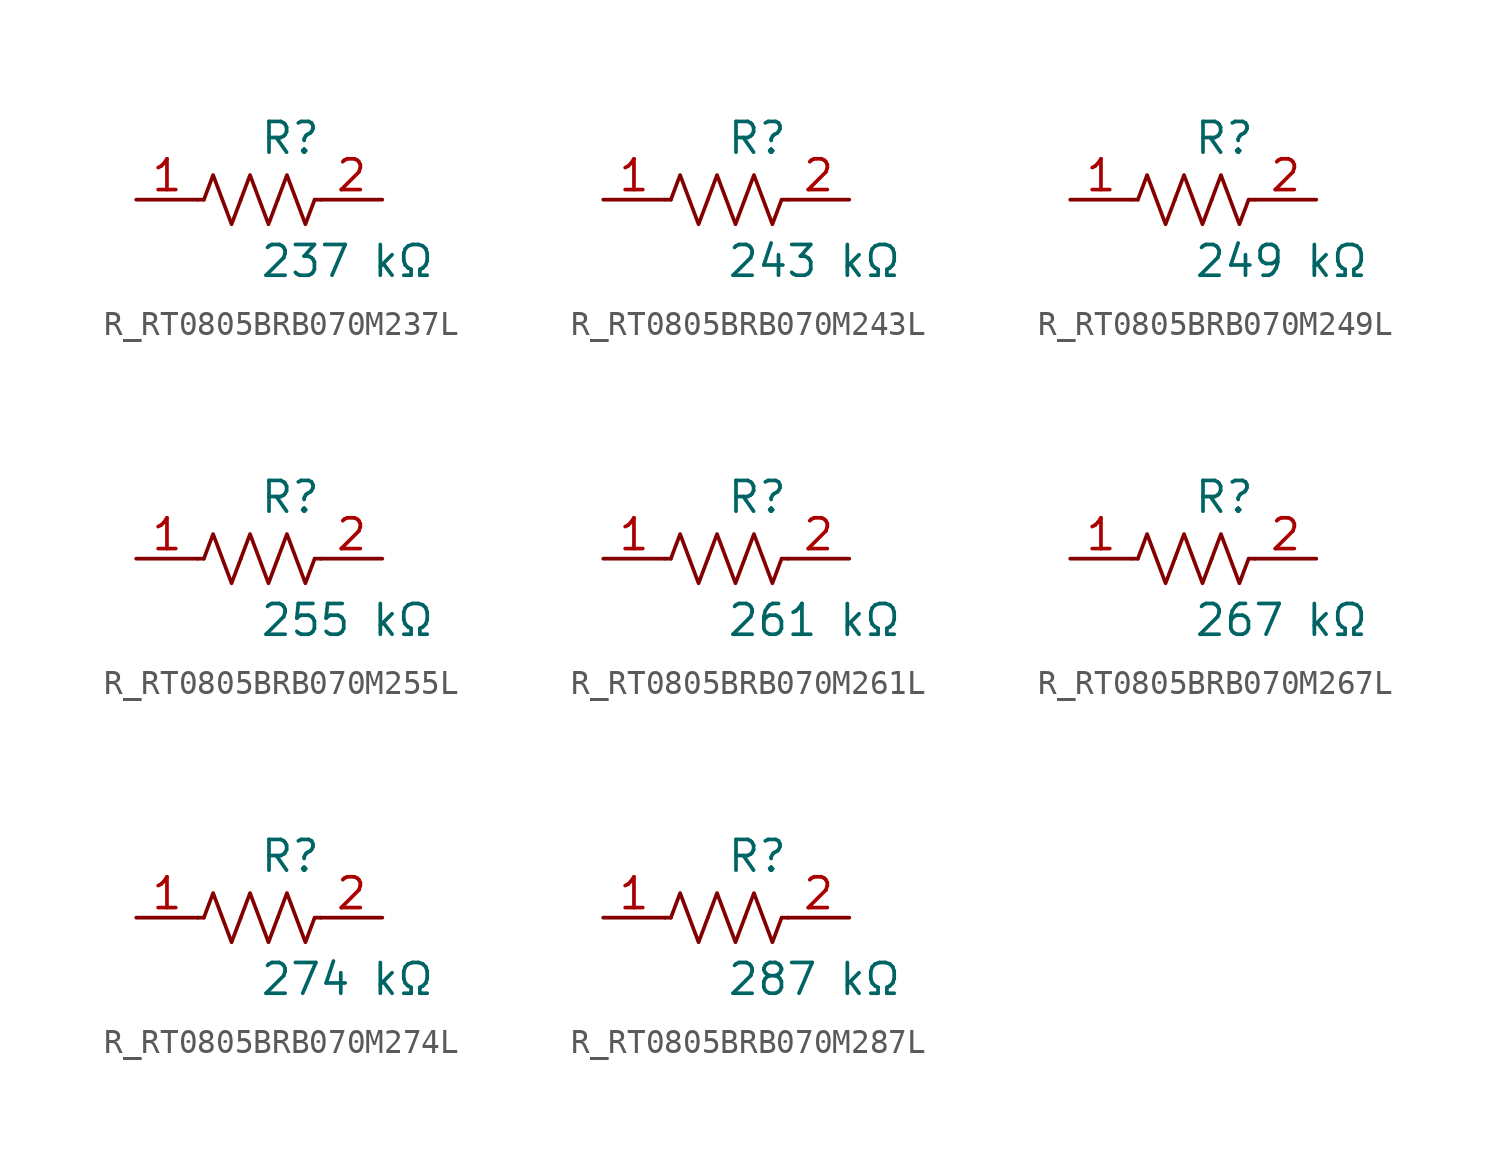
<source format=kicad_sym>
(kicad_symbol_lib
  (version 20231120)
  (generator kicad_symbol_editor)
  (generator_version 8.0)
  (symbol "R_RT0805BRB070M237L"
    (pin_names
      (offset 0.254))
    (property "Reference" "R"
      (at 0.0 2.54 0)
      (effects (font (size 1.27 1.27)) (justify left)))
    (property "Value" "237 kΩ"
      (at 0.0 -2.54 0)
      (effects (font (size 1.27 1.27)) (justify left)))
    (symbol "R_RT0805BRB070M237L_0_1"
      (polyline (pts (xy 2.286 0) (xy 2.54 0)) (stroke (width 0) (type default)) (fill (type none)))
      (polyline (pts (xy -2.286 0) (xy -2.54 0)) (stroke (width 0) (type default)) (fill (type none)))
      (polyline (pts (xy 0.762 0) (xy 1.143 1.016) (xy 1.524 0) (xy 1.905 -1.016) (xy 2.286 0)) (stroke (width 0) (type default)) (fill (type none)))
      (polyline (pts (xy -0.762 0) (xy -0.381 1.016) (xy 0 0) (xy 0.381 -1.016) (xy 0.762 0)) (stroke (width 0) (type default)) (fill (type none)))
      (polyline (pts (xy -2.286 0) (xy -1.905 1.016) (xy -1.524 0) (xy -1.143 -1.016) (xy -0.762 0)) (stroke (width 0) (type default)) (fill (type none))))
    (pin unspecified line
      (at -5.08 0 0)
      (length 2.54)
      (name "" (effects (font (size 1.27 1.27))))
      (number "1" (effects (font (size 1.27 1.27)))))
    (pin unspecified line
      (at 5.08 0 180)
      (length 2.54)
      (name "" (effects (font (size 1.27 1.27))))
      (number "2" (effects (font (size 1.27 1.27))))))
  (symbol "R_RT0805BRB070M243L"
    (pin_names
      (offset 0.254))
    (property "Reference" "R"
      (at 0.0 2.54 0)
      (effects (font (size 1.27 1.27)) (justify left)))
    (property "Value" "243 kΩ"
      (at 0.0 -2.54 0)
      (effects (font (size 1.27 1.27)) (justify left)))
    (symbol "R_RT0805BRB070M243L_0_1"
      (polyline (pts (xy 2.286 0) (xy 2.54 0)) (stroke (width 0) (type default)) (fill (type none)))
      (polyline (pts (xy -2.286 0) (xy -2.54 0)) (stroke (width 0) (type default)) (fill (type none)))
      (polyline (pts (xy 0.762 0) (xy 1.143 1.016) (xy 1.524 0) (xy 1.905 -1.016) (xy 2.286 0)) (stroke (width 0) (type default)) (fill (type none)))
      (polyline (pts (xy -0.762 0) (xy -0.381 1.016) (xy 0 0) (xy 0.381 -1.016) (xy 0.762 0)) (stroke (width 0) (type default)) (fill (type none)))
      (polyline (pts (xy -2.286 0) (xy -1.905 1.016) (xy -1.524 0) (xy -1.143 -1.016) (xy -0.762 0)) (stroke (width 0) (type default)) (fill (type none))))
    (pin unspecified line
      (at -5.08 0 0)
      (length 2.54)
      (name "" (effects (font (size 1.27 1.27))))
      (number "1" (effects (font (size 1.27 1.27)))))
    (pin unspecified line
      (at 5.08 0 180)
      (length 2.54)
      (name "" (effects (font (size 1.27 1.27))))
      (number "2" (effects (font (size 1.27 1.27))))))
  (symbol "R_RT0805BRB070M249L"
    (pin_names
      (offset 0.254))
    (property "Reference" "R"
      (at 0.0 2.54 0)
      (effects (font (size 1.27 1.27)) (justify left)))
    (property "Value" "249 kΩ"
      (at 0.0 -2.54 0)
      (effects (font (size 1.27 1.27)) (justify left)))
    (symbol "R_RT0805BRB070M249L_0_1"
      (polyline (pts (xy 2.286 0) (xy 2.54 0)) (stroke (width 0) (type default)) (fill (type none)))
      (polyline (pts (xy -2.286 0) (xy -2.54 0)) (stroke (width 0) (type default)) (fill (type none)))
      (polyline (pts (xy 0.762 0) (xy 1.143 1.016) (xy 1.524 0) (xy 1.905 -1.016) (xy 2.286 0)) (stroke (width 0) (type default)) (fill (type none)))
      (polyline (pts (xy -0.762 0) (xy -0.381 1.016) (xy 0 0) (xy 0.381 -1.016) (xy 0.762 0)) (stroke (width 0) (type default)) (fill (type none)))
      (polyline (pts (xy -2.286 0) (xy -1.905 1.016) (xy -1.524 0) (xy -1.143 -1.016) (xy -0.762 0)) (stroke (width 0) (type default)) (fill (type none))))
    (pin unspecified line
      (at -5.08 0 0)
      (length 2.54)
      (name "" (effects (font (size 1.27 1.27))))
      (number "1" (effects (font (size 1.27 1.27)))))
    (pin unspecified line
      (at 5.08 0 180)
      (length 2.54)
      (name "" (effects (font (size 1.27 1.27))))
      (number "2" (effects (font (size 1.27 1.27))))))
  (symbol "R_RT0805BRB070M255L"
    (pin_names
      (offset 0.254))
    (property "Reference" "R"
      (at 0.0 2.54 0)
      (effects (font (size 1.27 1.27)) (justify left)))
    (property "Value" "255 kΩ"
      (at 0.0 -2.54 0)
      (effects (font (size 1.27 1.27)) (justify left)))
    (symbol "R_RT0805BRB070M255L_0_1"
      (polyline (pts (xy 2.286 0) (xy 2.54 0)) (stroke (width 0) (type default)) (fill (type none)))
      (polyline (pts (xy -2.286 0) (xy -2.54 0)) (stroke (width 0) (type default)) (fill (type none)))
      (polyline (pts (xy 0.762 0) (xy 1.143 1.016) (xy 1.524 0) (xy 1.905 -1.016) (xy 2.286 0)) (stroke (width 0) (type default)) (fill (type none)))
      (polyline (pts (xy -0.762 0) (xy -0.381 1.016) (xy 0 0) (xy 0.381 -1.016) (xy 0.762 0)) (stroke (width 0) (type default)) (fill (type none)))
      (polyline (pts (xy -2.286 0) (xy -1.905 1.016) (xy -1.524 0) (xy -1.143 -1.016) (xy -0.762 0)) (stroke (width 0) (type default)) (fill (type none))))
    (pin unspecified line
      (at -5.08 0 0)
      (length 2.54)
      (name "" (effects (font (size 1.27 1.27))))
      (number "1" (effects (font (size 1.27 1.27)))))
    (pin unspecified line
      (at 5.08 0 180)
      (length 2.54)
      (name "" (effects (font (size 1.27 1.27))))
      (number "2" (effects (font (size 1.27 1.27))))))
  (symbol "R_RT0805BRB070M261L"
    (pin_names
      (offset 0.254))
    (property "Reference" "R"
      (at 0.0 2.54 0)
      (effects (font (size 1.27 1.27)) (justify left)))
    (property "Value" "261 kΩ"
      (at 0.0 -2.54 0)
      (effects (font (size 1.27 1.27)) (justify left)))
    (symbol "R_RT0805BRB070M261L_0_1"
      (polyline (pts (xy 2.286 0) (xy 2.54 0)) (stroke (width 0) (type default)) (fill (type none)))
      (polyline (pts (xy -2.286 0) (xy -2.54 0)) (stroke (width 0) (type default)) (fill (type none)))
      (polyline (pts (xy 0.762 0) (xy 1.143 1.016) (xy 1.524 0) (xy 1.905 -1.016) (xy 2.286 0)) (stroke (width 0) (type default)) (fill (type none)))
      (polyline (pts (xy -0.762 0) (xy -0.381 1.016) (xy 0 0) (xy 0.381 -1.016) (xy 0.762 0)) (stroke (width 0) (type default)) (fill (type none)))
      (polyline (pts (xy -2.286 0) (xy -1.905 1.016) (xy -1.524 0) (xy -1.143 -1.016) (xy -0.762 0)) (stroke (width 0) (type default)) (fill (type none))))
    (pin unspecified line
      (at -5.08 0 0)
      (length 2.54)
      (name "" (effects (font (size 1.27 1.27))))
      (number "1" (effects (font (size 1.27 1.27)))))
    (pin unspecified line
      (at 5.08 0 180)
      (length 2.54)
      (name "" (effects (font (size 1.27 1.27))))
      (number "2" (effects (font (size 1.27 1.27))))))
  (symbol "R_RT0805BRB070M267L"
    (pin_names
      (offset 0.254))
    (property "Reference" "R"
      (at 0.0 2.54 0)
      (effects (font (size 1.27 1.27)) (justify left)))
    (property "Value" "267 kΩ"
      (at 0.0 -2.54 0)
      (effects (font (size 1.27 1.27)) (justify left)))
    (symbol "R_RT0805BRB070M267L_0_1"
      (polyline (pts (xy 2.286 0) (xy 2.54 0)) (stroke (width 0) (type default)) (fill (type none)))
      (polyline (pts (xy -2.286 0) (xy -2.54 0)) (stroke (width 0) (type default)) (fill (type none)))
      (polyline (pts (xy 0.762 0) (xy 1.143 1.016) (xy 1.524 0) (xy 1.905 -1.016) (xy 2.286 0)) (stroke (width 0) (type default)) (fill (type none)))
      (polyline (pts (xy -0.762 0) (xy -0.381 1.016) (xy 0 0) (xy 0.381 -1.016) (xy 0.762 0)) (stroke (width 0) (type default)) (fill (type none)))
      (polyline (pts (xy -2.286 0) (xy -1.905 1.016) (xy -1.524 0) (xy -1.143 -1.016) (xy -0.762 0)) (stroke (width 0) (type default)) (fill (type none))))
    (pin unspecified line
      (at -5.08 0 0)
      (length 2.54)
      (name "" (effects (font (size 1.27 1.27))))
      (number "1" (effects (font (size 1.27 1.27)))))
    (pin unspecified line
      (at 5.08 0 180)
      (length 2.54)
      (name "" (effects (font (size 1.27 1.27))))
      (number "2" (effects (font (size 1.27 1.27))))))
  (symbol "R_RT0805BRB070M274L"
    (pin_names
      (offset 0.254))
    (property "Reference" "R"
      (at 0.0 2.54 0)
      (effects (font (size 1.27 1.27)) (justify left)))
    (property "Value" "274 kΩ"
      (at 0.0 -2.54 0)
      (effects (font (size 1.27 1.27)) (justify left)))
    (symbol "R_RT0805BRB070M274L_0_1"
      (polyline (pts (xy 2.286 0) (xy 2.54 0)) (stroke (width 0) (type default)) (fill (type none)))
      (polyline (pts (xy -2.286 0) (xy -2.54 0)) (stroke (width 0) (type default)) (fill (type none)))
      (polyline (pts (xy 0.762 0) (xy 1.143 1.016) (xy 1.524 0) (xy 1.905 -1.016) (xy 2.286 0)) (stroke (width 0) (type default)) (fill (type none)))
      (polyline (pts (xy -0.762 0) (xy -0.381 1.016) (xy 0 0) (xy 0.381 -1.016) (xy 0.762 0)) (stroke (width 0) (type default)) (fill (type none)))
      (polyline (pts (xy -2.286 0) (xy -1.905 1.016) (xy -1.524 0) (xy -1.143 -1.016) (xy -0.762 0)) (stroke (width 0) (type default)) (fill (type none))))
    (pin unspecified line
      (at -5.08 0 0)
      (length 2.54)
      (name "" (effects (font (size 1.27 1.27))))
      (number "1" (effects (font (size 1.27 1.27)))))
    (pin unspecified line
      (at 5.08 0 180)
      (length 2.54)
      (name "" (effects (font (size 1.27 1.27))))
      (number "2" (effects (font (size 1.27 1.27))))))
  (symbol "R_RT0805BRB070M287L"
    (pin_names
      (offset 0.254))
    (property "Reference" "R"
      (at 0.0 2.54 0)
      (effects (font (size 1.27 1.27)) (justify left)))
    (property "Value" "287 kΩ"
      (at 0.0 -2.54 0)
      (effects (font (size 1.27 1.27)) (justify left)))
    (symbol "R_RT0805BRB070M287L_0_1"
      (polyline (pts (xy 2.286 0) (xy 2.54 0)) (stroke (width 0) (type default)) (fill (type none)))
      (polyline (pts (xy -2.286 0) (xy -2.54 0)) (stroke (width 0) (type default)) (fill (type none)))
      (polyline (pts (xy 0.762 0) (xy 1.143 1.016) (xy 1.524 0) (xy 1.905 -1.016) (xy 2.286 0)) (stroke (width 0) (type default)) (fill (type none)))
      (polyline (pts (xy -0.762 0) (xy -0.381 1.016) (xy 0 0) (xy 0.381 -1.016) (xy 0.762 0)) (stroke (width 0) (type default)) (fill (type none)))
      (polyline (pts (xy -2.286 0) (xy -1.905 1.016) (xy -1.524 0) (xy -1.143 -1.016) (xy -0.762 0)) (stroke (width 0) (type default)) (fill (type none))))
    (pin unspecified line
      (at -5.08 0 0)
      (length 2.54)
      (name "" (effects (font (size 1.27 1.27))))
      (number "1" (effects (font (size 1.27 1.27)))))
    (pin unspecified line
      (at 5.08 0 180)
      (length 2.54)
      (name "" (effects (font (size 1.27 1.27))))
      (number "2" (effects (font (size 1.27 1.27)))))))
</source>
